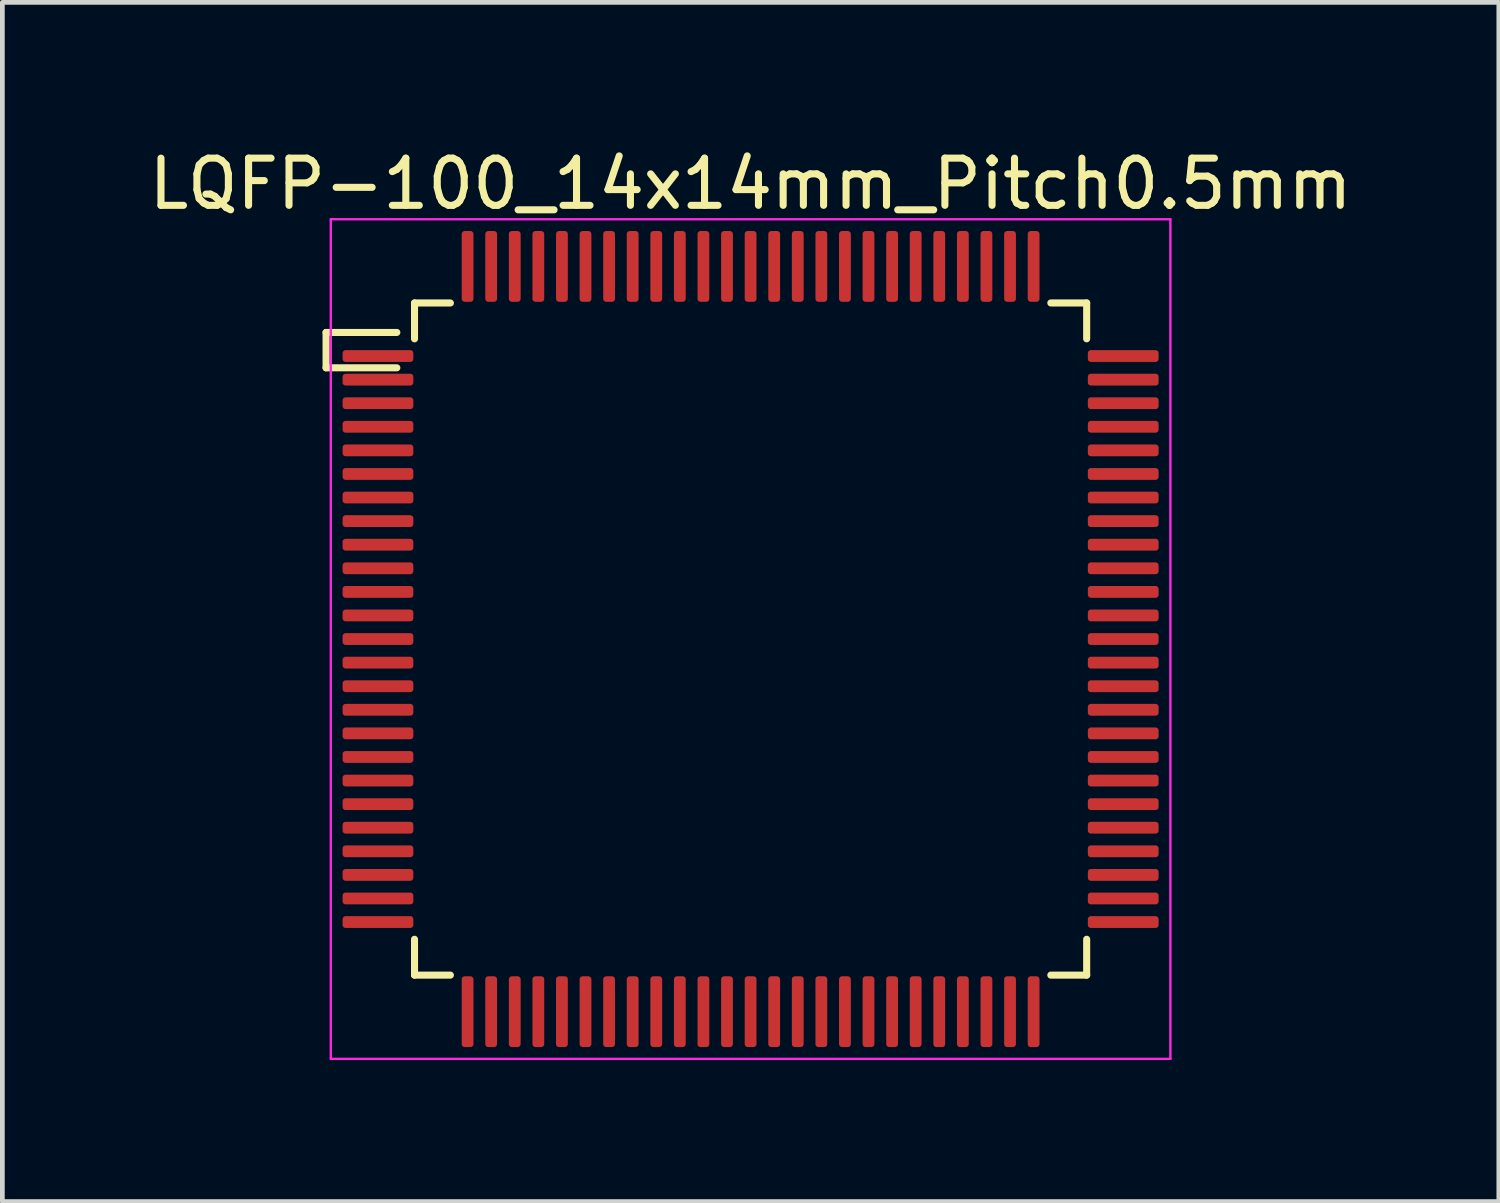
<source format=kicad_pcb>
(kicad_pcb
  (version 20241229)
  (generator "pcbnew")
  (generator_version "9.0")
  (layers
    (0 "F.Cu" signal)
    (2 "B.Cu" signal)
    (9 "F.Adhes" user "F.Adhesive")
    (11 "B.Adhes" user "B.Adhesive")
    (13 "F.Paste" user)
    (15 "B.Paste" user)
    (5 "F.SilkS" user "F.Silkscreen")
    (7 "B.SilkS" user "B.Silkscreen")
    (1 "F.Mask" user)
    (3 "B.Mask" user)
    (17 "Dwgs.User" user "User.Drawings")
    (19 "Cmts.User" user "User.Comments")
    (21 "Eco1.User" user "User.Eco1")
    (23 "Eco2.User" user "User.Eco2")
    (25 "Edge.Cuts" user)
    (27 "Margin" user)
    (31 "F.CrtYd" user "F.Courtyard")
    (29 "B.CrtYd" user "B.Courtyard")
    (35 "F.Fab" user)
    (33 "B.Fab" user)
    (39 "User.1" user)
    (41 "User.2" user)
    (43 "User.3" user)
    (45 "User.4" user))
  (footprint "LQFP-100_14x14mm_Pitch0.5mm"
    (layer "F.Cu")
    (at 12.863 10.498)
    (property "Reference" "LQFP-100_14x14mm_Pitch0.5mm" (at 0 -9.65 0) (layer "F.SilkS") (effects (font (size 1 1) (thickness 0.15))))
    (attr smd)
    (fp_line (start -9 -6.5) (end -9 -5.75) (stroke (width 0.15) (type solid)) (layer "F.SilkS"))
    (fp_line (start -9 -5.75) (end -7.5 -5.75) (stroke (width 0.15) (type solid)) (layer "F.SilkS"))
    (fp_line (start -7.5 -6.5) (end -9 -6.5) (stroke (width 0.15) (type solid)) (layer "F.SilkS"))
    (fp_line (start -7.125 -7.125) (end -7.125 -6.365) (stroke (width 0.15) (type solid)) (layer "F.SilkS"))
    (fp_line (start -7.125 -7.125) (end -6.365 -7.125) (stroke (width 0.15) (type solid)) (layer "F.SilkS"))
    (fp_line (start -7.125 7.125) (end -7.125 6.365) (stroke (width 0.15) (type solid)) (layer "F.SilkS"))
    (fp_line (start -7.125 7.125) (end -6.365 7.125) (stroke (width 0.15) (type solid)) (layer "F.SilkS"))
    (fp_line (start 7.125 -7.125) (end 6.365 -7.125) (stroke (width 0.15) (type solid)) (layer "F.SilkS"))
    (fp_line (start 7.125 -7.125) (end 7.125 -6.365) (stroke (width 0.15) (type solid)) (layer "F.SilkS"))
    (fp_line (start 7.125 7.125) (end 6.365 7.125) (stroke (width 0.15) (type solid)) (layer "F.SilkS"))
    (fp_line (start 7.125 7.125) (end 7.125 6.365) (stroke (width 0.15) (type solid)) (layer "F.SilkS"))
    (fp_line (start -8.9 -8.9) (end -8.9 8.9) (stroke (width 0.05) (type solid)) (layer "F.CrtYd"))
    (fp_line (start -8.9 -8.9) (end 8.9 -8.9) (stroke (width 0.05) (type solid)) (layer "F.CrtYd"))
    (fp_line (start -8.9 8.9) (end 8.9 8.9) (stroke (width 0.05) (type solid)) (layer "F.CrtYd"))
    (fp_line (start 8.9 -8.9) (end 8.9 8.9) (stroke (width 0.05) (type solid)) (layer "F.CrtYd"))
    (pad "1" smd roundrect (at -7.9 -6) (size 1.5 0.25) (layers "F.Cu" "F.Mask" "F.Paste") (roundrect_rratio 0.25))
    (pad "2" smd roundrect (at -7.9 -5.5) (size 1.5 0.25) (layers "F.Cu" "F.Mask" "F.Paste") (roundrect_rratio 0.25))
    (pad "3" smd roundrect (at -7.9 -5) (size 1.5 0.25) (layers "F.Cu" "F.Mask" "F.Paste") (roundrect_rratio 0.25))
    (pad "4" smd roundrect (at -7.9 -4.5) (size 1.5 0.25) (layers "F.Cu" "F.Mask" "F.Paste") (roundrect_rratio 0.25))
    (pad "5" smd roundrect (at -7.9 -4) (size 1.5 0.25) (layers "F.Cu" "F.Mask" "F.Paste") (roundrect_rratio 0.25))
    (pad "6" smd roundrect (at -7.9 -3.5) (size 1.5 0.25) (layers "F.Cu" "F.Mask" "F.Paste") (roundrect_rratio 0.25))
    (pad "7" smd roundrect (at -7.9 -3) (size 1.5 0.25) (layers "F.Cu" "F.Mask" "F.Paste") (roundrect_rratio 0.25))
    (pad "8" smd roundrect (at -7.9 -2.5) (size 1.5 0.25) (layers "F.Cu" "F.Mask" "F.Paste") (roundrect_rratio 0.25))
    (pad "9" smd roundrect (at -7.9 -2) (size 1.5 0.25) (layers "F.Cu" "F.Mask" "F.Paste") (roundrect_rratio 0.25))
    (pad "10" smd roundrect (at -7.9 -1.5) (size 1.5 0.25) (layers "F.Cu" "F.Mask" "F.Paste") (roundrect_rratio 0.25))
    (pad "11" smd roundrect (at -7.9 -1) (size 1.5 0.25) (layers "F.Cu" "F.Mask" "F.Paste") (roundrect_rratio 0.25))
    (pad "12" smd roundrect (at -7.9 -0.5) (size 1.5 0.25) (layers "F.Cu" "F.Mask" "F.Paste") (roundrect_rratio 0.25))
    (pad "13" smd roundrect (at -7.9 0) (size 1.5 0.25) (layers "F.Cu" "F.Mask" "F.Paste") (roundrect_rratio 0.25))
    (pad "14" smd roundrect (at -7.9 0.5) (size 1.5 0.25) (layers "F.Cu" "F.Mask" "F.Paste") (roundrect_rratio 0.25))
    (pad "15" smd roundrect (at -7.9 1) (size 1.5 0.25) (layers "F.Cu" "F.Mask" "F.Paste") (roundrect_rratio 0.25))
    (pad "16" smd roundrect (at -7.9 1.5) (size 1.5 0.25) (layers "F.Cu" "F.Mask" "F.Paste") (roundrect_rratio 0.25))
    (pad "17" smd roundrect (at -7.9 2) (size 1.5 0.25) (layers "F.Cu" "F.Mask" "F.Paste") (roundrect_rratio 0.25))
    (pad "18" smd roundrect (at -7.9 2.5) (size 1.5 0.25) (layers "F.Cu" "F.Mask" "F.Paste") (roundrect_rratio 0.25))
    (pad "19" smd roundrect (at -7.9 3) (size 1.5 0.25) (layers "F.Cu" "F.Mask" "F.Paste") (roundrect_rratio 0.25))
    (pad "20" smd roundrect (at -7.9 3.5) (size 1.5 0.25) (layers "F.Cu" "F.Mask" "F.Paste") (roundrect_rratio 0.25))
    (pad "21" smd roundrect (at -7.9 4) (size 1.5 0.25) (layers "F.Cu" "F.Mask" "F.Paste") (roundrect_rratio 0.25))
    (pad "22" smd roundrect (at -7.9 4.5) (size 1.5 0.25) (layers "F.Cu" "F.Mask" "F.Paste") (roundrect_rratio 0.25))
    (pad "23" smd roundrect (at -7.9 5) (size 1.5 0.25) (layers "F.Cu" "F.Mask" "F.Paste") (roundrect_rratio 0.25))
    (pad "24" smd roundrect (at -7.9 5.5) (size 1.5 0.25) (layers "F.Cu" "F.Mask" "F.Paste") (roundrect_rratio 0.25))
    (pad "25" smd roundrect (at -7.9 6) (size 1.5 0.25) (layers "F.Cu" "F.Mask" "F.Paste") (roundrect_rratio 0.25))
    (pad "26" smd roundrect (at -6 7.9 90) (size 1.5 0.25) (layers "F.Cu" "F.Mask" "F.Paste") (roundrect_rratio 0.25))
    (pad "27" smd roundrect (at -5.5 7.9 90) (size 1.5 0.25) (layers "F.Cu" "F.Mask" "F.Paste") (roundrect_rratio 0.25))
    (pad "28" smd roundrect (at -5 7.9 90) (size 1.5 0.25) (layers "F.Cu" "F.Mask" "F.Paste") (roundrect_rratio 0.25))
    (pad "29" smd roundrect (at -4.5 7.9 90) (size 1.5 0.25) (layers "F.Cu" "F.Mask" "F.Paste") (roundrect_rratio 0.25))
    (pad "30" smd roundrect (at -4 7.9 90) (size 1.5 0.25) (layers "F.Cu" "F.Mask" "F.Paste") (roundrect_rratio 0.25))
    (pad "31" smd roundrect (at -3.5 7.9 90) (size 1.5 0.25) (layers "F.Cu" "F.Mask" "F.Paste") (roundrect_rratio 0.25))
    (pad "32" smd roundrect (at -3 7.9 90) (size 1.5 0.25) (layers "F.Cu" "F.Mask" "F.Paste") (roundrect_rratio 0.25))
    (pad "33" smd roundrect (at -2.5 7.9 90) (size 1.5 0.25) (layers "F.Cu" "F.Mask" "F.Paste") (roundrect_rratio 0.25))
    (pad "34" smd roundrect (at -2 7.9 90) (size 1.5 0.25) (layers "F.Cu" "F.Mask" "F.Paste") (roundrect_rratio 0.25))
    (pad "35" smd roundrect (at -1.5 7.9 90) (size 1.5 0.25) (layers "F.Cu" "F.Mask" "F.Paste") (roundrect_rratio 0.25))
    (pad "36" smd roundrect (at -1 7.9 90) (size 1.5 0.25) (layers "F.Cu" "F.Mask" "F.Paste") (roundrect_rratio 0.25))
    (pad "37" smd roundrect (at -0.5 7.9 90) (size 1.5 0.25) (layers "F.Cu" "F.Mask" "F.Paste") (roundrect_rratio 0.25))
    (pad "38" smd roundrect (at 0 7.9 90) (size 1.5 0.25) (layers "F.Cu" "F.Mask" "F.Paste") (roundrect_rratio 0.25))
    (pad "39" smd roundrect (at 0.5 7.9 90) (size 1.5 0.25) (layers "F.Cu" "F.Mask" "F.Paste") (roundrect_rratio 0.25))
    (pad "40" smd roundrect (at 1 7.9 90) (size 1.5 0.25) (layers "F.Cu" "F.Mask" "F.Paste") (roundrect_rratio 0.25))
    (pad "41" smd roundrect (at 1.5 7.9 90) (size 1.5 0.25) (layers "F.Cu" "F.Mask" "F.Paste") (roundrect_rratio 0.25))
    (pad "42" smd roundrect (at 2 7.9 90) (size 1.5 0.25) (layers "F.Cu" "F.Mask" "F.Paste") (roundrect_rratio 0.25))
    (pad "43" smd roundrect (at 2.5 7.9 90) (size 1.5 0.25) (layers "F.Cu" "F.Mask" "F.Paste") (roundrect_rratio 0.25))
    (pad "44" smd roundrect (at 3 7.9 90) (size 1.5 0.25) (layers "F.Cu" "F.Mask" "F.Paste") (roundrect_rratio 0.25))
    (pad "45" smd roundrect (at 3.5 7.9 90) (size 1.5 0.25) (layers "F.Cu" "F.Mask" "F.Paste") (roundrect_rratio 0.25))
    (pad "46" smd roundrect (at 4 7.9 90) (size 1.5 0.25) (layers "F.Cu" "F.Mask" "F.Paste") (roundrect_rratio 0.25))
    (pad "47" smd roundrect (at 4.5 7.9 90) (size 1.5 0.25) (layers "F.Cu" "F.Mask" "F.Paste") (roundrect_rratio 0.25))
    (pad "48" smd roundrect (at 5 7.9 90) (size 1.5 0.25) (layers "F.Cu" "F.Mask" "F.Paste") (roundrect_rratio 0.25))
    (pad "49" smd roundrect (at 5.5 7.9 90) (size 1.5 0.25) (layers "F.Cu" "F.Mask" "F.Paste") (roundrect_rratio 0.25))
    (pad "50" smd roundrect (at 6 7.9 90) (size 1.5 0.25) (layers "F.Cu" "F.Mask" "F.Paste") (roundrect_rratio 0.25))
    (pad "51" smd roundrect (at 7.9 6) (size 1.5 0.25) (layers "F.Cu" "F.Mask" "F.Paste") (roundrect_rratio 0.25))
    (pad "52" smd roundrect (at 7.9 5.5) (size 1.5 0.25) (layers "F.Cu" "F.Mask" "F.Paste") (roundrect_rratio 0.25))
    (pad "53" smd roundrect (at 7.9 5) (size 1.5 0.25) (layers "F.Cu" "F.Mask" "F.Paste") (roundrect_rratio 0.25))
    (pad "54" smd roundrect (at 7.9 4.5) (size 1.5 0.25) (layers "F.Cu" "F.Mask" "F.Paste") (roundrect_rratio 0.25))
    (pad "55" smd roundrect (at 7.9 4) (size 1.5 0.25) (layers "F.Cu" "F.Mask" "F.Paste") (roundrect_rratio 0.25))
    (pad "56" smd roundrect (at 7.9 3.5) (size 1.5 0.25) (layers "F.Cu" "F.Mask" "F.Paste") (roundrect_rratio 0.25))
    (pad "57" smd roundrect (at 7.9 3) (size 1.5 0.25) (layers "F.Cu" "F.Mask" "F.Paste") (roundrect_rratio 0.25))
    (pad "58" smd roundrect (at 7.9 2.5) (size 1.5 0.25) (layers "F.Cu" "F.Mask" "F.Paste") (roundrect_rratio 0.25))
    (pad "59" smd roundrect (at 7.9 2) (size 1.5 0.25) (layers "F.Cu" "F.Mask" "F.Paste") (roundrect_rratio 0.25))
    (pad "60" smd roundrect (at 7.9 1.5) (size 1.5 0.25) (layers "F.Cu" "F.Mask" "F.Paste") (roundrect_rratio 0.25))
    (pad "61" smd roundrect (at 7.9 1) (size 1.5 0.25) (layers "F.Cu" "F.Mask" "F.Paste") (roundrect_rratio 0.25))
    (pad "62" smd roundrect (at 7.9 0.5) (size 1.5 0.25) (layers "F.Cu" "F.Mask" "F.Paste") (roundrect_rratio 0.25))
    (pad "63" smd roundrect (at 7.9 0) (size 1.5 0.25) (layers "F.Cu" "F.Mask" "F.Paste") (roundrect_rratio 0.25))
    (pad "64" smd roundrect (at 7.9 -0.5) (size 1.5 0.25) (layers "F.Cu" "F.Mask" "F.Paste") (roundrect_rratio 0.25))
    (pad "65" smd roundrect (at 7.9 -1) (size 1.5 0.25) (layers "F.Cu" "F.Mask" "F.Paste") (roundrect_rratio 0.25))
    (pad "66" smd roundrect (at 7.9 -1.5) (size 1.5 0.25) (layers "F.Cu" "F.Mask" "F.Paste") (roundrect_rratio 0.25))
    (pad "67" smd roundrect (at 7.9 -2) (size 1.5 0.25) (layers "F.Cu" "F.Mask" "F.Paste") (roundrect_rratio 0.25))
    (pad "68" smd roundrect (at 7.9 -2.5) (size 1.5 0.25) (layers "F.Cu" "F.Mask" "F.Paste") (roundrect_rratio 0.25))
    (pad "69" smd roundrect (at 7.9 -3) (size 1.5 0.25) (layers "F.Cu" "F.Mask" "F.Paste") (roundrect_rratio 0.25))
    (pad "70" smd roundrect (at 7.9 -3.5) (size 1.5 0.25) (layers "F.Cu" "F.Mask" "F.Paste") (roundrect_rratio 0.25))
    (pad "71" smd roundrect (at 7.9 -4) (size 1.5 0.25) (layers "F.Cu" "F.Mask" "F.Paste") (roundrect_rratio 0.25))
    (pad "72" smd roundrect (at 7.9 -4.5) (size 1.5 0.25) (layers "F.Cu" "F.Mask" "F.Paste") (roundrect_rratio 0.25))
    (pad "73" smd roundrect (at 7.9 -5) (size 1.5 0.25) (layers "F.Cu" "F.Mask" "F.Paste") (roundrect_rratio 0.25))
    (pad "74" smd roundrect (at 7.9 -5.5) (size 1.5 0.25) (layers "F.Cu" "F.Mask" "F.Paste") (roundrect_rratio 0.25))
    (pad "75" smd roundrect (at 7.9 -6) (size 1.5 0.25) (layers "F.Cu" "F.Mask" "F.Paste") (roundrect_rratio 0.25))
    (pad "76" smd roundrect (at 6 -7.9 90) (size 1.5 0.25) (layers "F.Cu" "F.Mask" "F.Paste") (roundrect_rratio 0.25))
    (pad "77" smd roundrect (at 5.5 -7.9 90) (size 1.5 0.25) (layers "F.Cu" "F.Mask" "F.Paste") (roundrect_rratio 0.25))
    (pad "78" smd roundrect (at 5 -7.9 90) (size 1.5 0.25) (layers "F.Cu" "F.Mask" "F.Paste") (roundrect_rratio 0.25))
    (pad "79" smd roundrect (at 4.5 -7.9 90) (size 1.5 0.25) (layers "F.Cu" "F.Mask" "F.Paste") (roundrect_rratio 0.25))
    (pad "80" smd roundrect (at 4 -7.9 90) (size 1.5 0.25) (layers "F.Cu" "F.Mask" "F.Paste") (roundrect_rratio 0.25))
    (pad "81" smd roundrect (at 3.5 -7.9 90) (size 1.5 0.25) (layers "F.Cu" "F.Mask" "F.Paste") (roundrect_rratio 0.25))
    (pad "82" smd roundrect (at 3 -7.9 90) (size 1.5 0.25) (layers "F.Cu" "F.Mask" "F.Paste") (roundrect_rratio 0.25))
    (pad "83" smd roundrect (at 2.5 -7.9 90) (size 1.5 0.25) (layers "F.Cu" "F.Mask" "F.Paste") (roundrect_rratio 0.25))
    (pad "84" smd roundrect (at 2 -7.9 90) (size 1.5 0.25) (layers "F.Cu" "F.Mask" "F.Paste") (roundrect_rratio 0.25))
    (pad "85" smd roundrect (at 1.5 -7.9 90) (size 1.5 0.25) (layers "F.Cu" "F.Mask" "F.Paste") (roundrect_rratio 0.25))
    (pad "86" smd roundrect (at 1 -7.9 90) (size 1.5 0.25) (layers "F.Cu" "F.Mask" "F.Paste") (roundrect_rratio 0.25))
    (pad "87" smd roundrect (at 0.5 -7.9 90) (size 1.5 0.25) (layers "F.Cu" "F.Mask" "F.Paste") (roundrect_rratio 0.25))
    (pad "88" smd roundrect (at 0 -7.9 90) (size 1.5 0.25) (layers "F.Cu" "F.Mask" "F.Paste") (roundrect_rratio 0.25))
    (pad "89" smd roundrect (at -0.5 -7.9 90) (size 1.5 0.25) (layers "F.Cu" "F.Mask" "F.Paste") (roundrect_rratio 0.25))
    (pad "90" smd roundrect (at -1 -7.9 90) (size 1.5 0.25) (layers "F.Cu" "F.Mask" "F.Paste") (roundrect_rratio 0.25))
    (pad "91" smd roundrect (at -1.5 -7.9 90) (size 1.5 0.25) (layers "F.Cu" "F.Mask" "F.Paste") (roundrect_rratio 0.25))
    (pad "92" smd roundrect (at -2 -7.9 90) (size 1.5 0.25) (layers "F.Cu" "F.Mask" "F.Paste") (roundrect_rratio 0.25))
    (pad "93" smd roundrect (at -2.5 -7.9 90) (size 1.5 0.25) (layers "F.Cu" "F.Mask" "F.Paste") (roundrect_rratio 0.25))
    (pad "94" smd roundrect (at -3 -7.9 90) (size 1.5 0.25) (layers "F.Cu" "F.Mask" "F.Paste") (roundrect_rratio 0.25))
    (pad "95" smd roundrect (at -3.5 -7.9 90) (size 1.5 0.25) (layers "F.Cu" "F.Mask" "F.Paste") (roundrect_rratio 0.25))
    (pad "96" smd roundrect (at -4 -7.9 90) (size 1.5 0.25) (layers "F.Cu" "F.Mask" "F.Paste") (roundrect_rratio 0.25))
    (pad "97" smd roundrect (at -4.5 -7.9 90) (size 1.5 0.25) (layers "F.Cu" "F.Mask" "F.Paste") (roundrect_rratio 0.25))
    (pad "98" smd roundrect (at -5 -7.9 90) (size 1.5 0.25) (layers "F.Cu" "F.Mask" "F.Paste") (roundrect_rratio 0.25))
    (pad "99" smd roundrect (at -5.5 -7.9 90) (size 1.5 0.25) (layers "F.Cu" "F.Mask" "F.Paste") (roundrect_rratio 0.25))
    (pad "100" smd roundrect (at -6 -7.9 90) (size 1.5 0.25) (layers "F.Cu" "F.Mask" "F.Paste") (roundrect_rratio 0.25)))
  (gr_rect
    (start -3 -3)
    (end 28.726 22.423)
    (stroke (width 0.1) (type default))
    (fill no)
    (layer "Edge.Cuts")))
</source>
